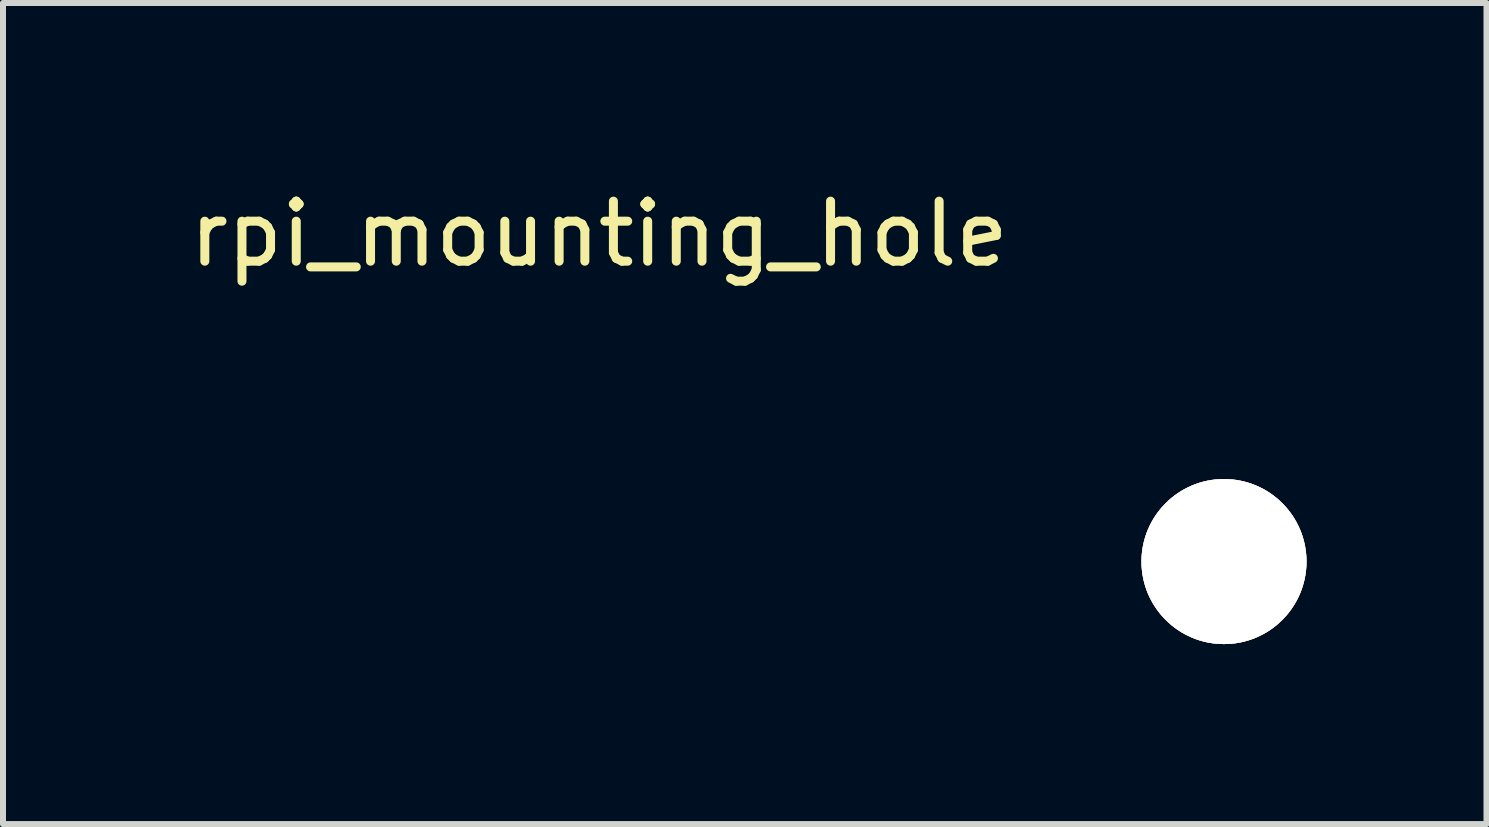
<source format=kicad_pcb>
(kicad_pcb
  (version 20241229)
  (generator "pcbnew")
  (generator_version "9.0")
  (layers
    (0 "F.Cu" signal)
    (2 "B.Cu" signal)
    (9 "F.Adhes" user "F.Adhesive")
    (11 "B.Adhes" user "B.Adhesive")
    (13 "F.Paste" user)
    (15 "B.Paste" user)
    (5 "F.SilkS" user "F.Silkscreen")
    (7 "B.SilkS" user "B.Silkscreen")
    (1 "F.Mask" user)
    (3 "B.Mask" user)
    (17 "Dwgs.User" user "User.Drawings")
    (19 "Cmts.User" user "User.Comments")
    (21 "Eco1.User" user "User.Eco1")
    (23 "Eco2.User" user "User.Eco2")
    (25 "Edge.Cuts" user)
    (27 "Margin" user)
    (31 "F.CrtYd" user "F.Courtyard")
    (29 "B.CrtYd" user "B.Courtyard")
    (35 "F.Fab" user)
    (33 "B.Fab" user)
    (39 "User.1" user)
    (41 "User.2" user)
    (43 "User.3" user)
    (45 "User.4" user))
  (footprint "rpi_mounting_hole"
    (layer "F.Cu")
    (at 17.349 6.309)
    (property "Reference" "rpi_mounting_hole" (at -10.414 -5.461 0) (layer "F.SilkS") (effects (font (size 1 1) (thickness 0.15))))
    (attr through_hole)
    (pad "1" thru_hole circle (at 0 0) (size 2.75 2.75) (drill 2.75) (layers "*.Cu" "*.SilkS")))
  (gr_rect
    (start -3 -3)
    (end 21.724 10.684)
    (stroke (width 0.1) (type default))
    (fill no)
    (layer "Edge.Cuts")))
</source>
